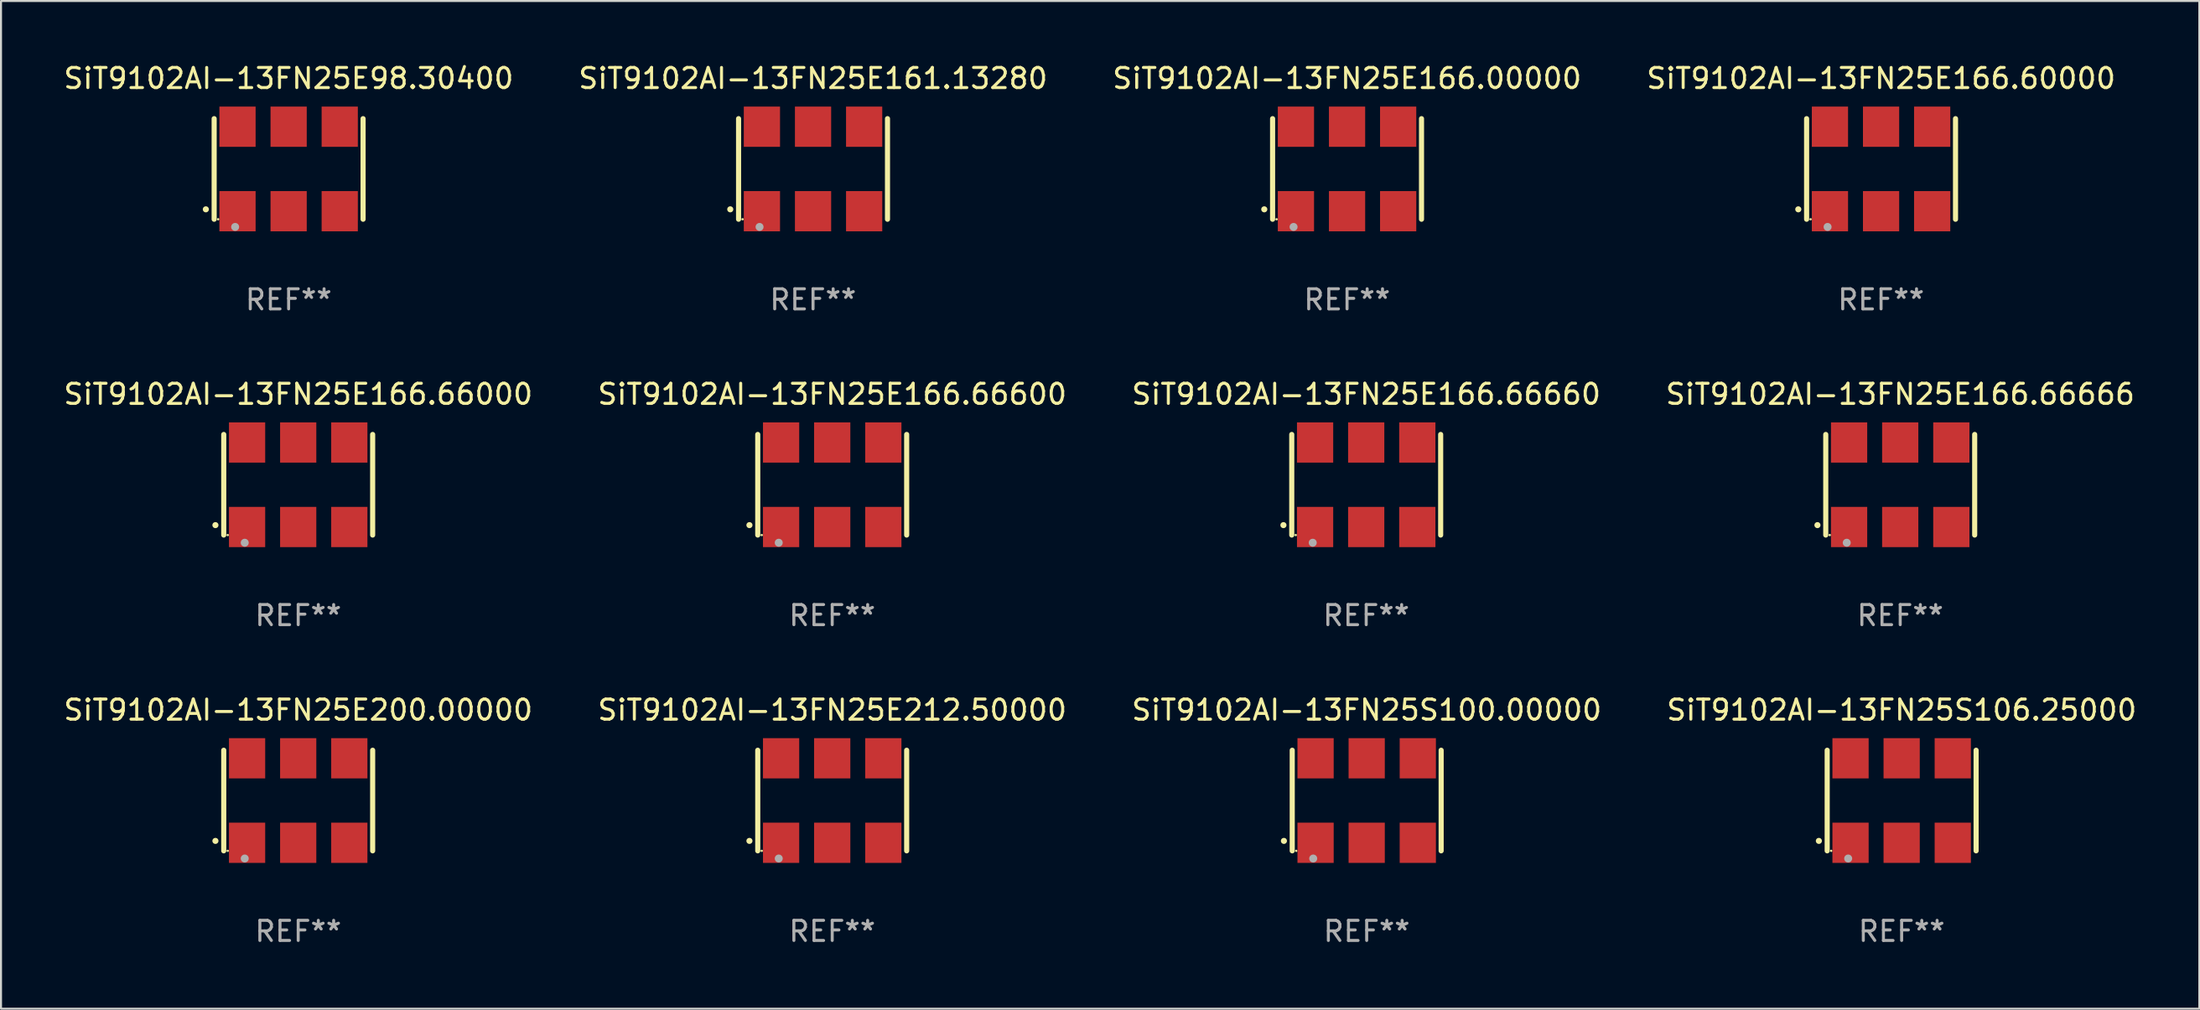
<source format=kicad_pcb>
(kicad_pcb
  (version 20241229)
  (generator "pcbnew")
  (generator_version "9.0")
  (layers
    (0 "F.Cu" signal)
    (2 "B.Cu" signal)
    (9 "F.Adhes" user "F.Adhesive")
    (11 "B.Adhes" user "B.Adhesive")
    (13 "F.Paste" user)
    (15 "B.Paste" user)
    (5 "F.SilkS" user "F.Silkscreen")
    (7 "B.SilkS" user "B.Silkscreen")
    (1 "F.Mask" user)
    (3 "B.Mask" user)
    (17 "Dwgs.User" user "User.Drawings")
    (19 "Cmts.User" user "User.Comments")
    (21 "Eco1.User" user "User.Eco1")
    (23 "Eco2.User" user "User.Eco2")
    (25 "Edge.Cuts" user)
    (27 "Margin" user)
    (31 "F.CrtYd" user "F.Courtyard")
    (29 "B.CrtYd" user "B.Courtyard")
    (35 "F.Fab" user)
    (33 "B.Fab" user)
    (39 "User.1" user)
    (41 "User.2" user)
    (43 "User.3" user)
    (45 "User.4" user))
  (footprint "SiT9102AI-13FN25E166.66000"
    (layer "F.Cu")
    (at 11.768 21.045)
    (property "Reference" "SiT9102AI-13FN25E166.66000" (at 0 -4.5 0) (layer "F.SilkS") (effects (font (size 1 1) (thickness 0.15))))
    (attr through_hole)
    (fp_line (start -3.7 -2.5) (end -3.7 2.5) (stroke (width 0.254) (type solid)) (layer "F.SilkS"))
    (fp_line (start 3.7 -2.5) (end 3.7 2.5) (stroke (width 0.254) (type solid)) (layer "F.SilkS"))
    (fp_arc (start -4.114415 2.006604) (mid -4.113145 2.006599) (end -4.111875 2.006604) (stroke (width 0.3) (type solid)) (layer "F.SilkS"))
    (fp_circle (center -3.502 2.5) (end -3.472 2.5) (stroke (width 0.06) (type solid)) (fill no) (layer "F.SilkS"))
    (fp_circle (center -2.657 2.882) (end -2.557 2.882) (stroke (width 0.2) (type solid)) (fill no) (layer "F.Fab"))
    (fp_text user "REF**" (at 0 6.5 0) (layer "F.Fab") (effects (font (size 1 1) (thickness 0.15))))
    (pad "1" smd rect (at -2.54 2.1) (size 1.8 2) (layers "F.Cu" "F.Mask" "F.Paste"))
    (pad "2" smd rect (at 0.000394 2.1) (size 1.8 2) (layers "F.Cu" "F.Mask" "F.Paste"))
    (pad "3" smd rect (at 2.54 2.1) (size 1.8 2) (layers "F.Cu" "F.Mask" "F.Paste"))
    (pad "4" smd rect (at 2.54 -2.1) (size 1.8 2) (layers "F.Cu" "F.Mask" "F.Paste"))
    (pad "5" smd rect (at 0.000394 -2.1) (size 1.8 2) (layers "F.Cu" "F.Mask" "F.Paste"))
    (pad "6" smd rect (at -2.54 -2.1) (size 1.8 2) (layers "F.Cu" "F.Mask" "F.Paste")))
  (footprint "SiT9102AI-13FN25S100.00000"
    (layer "F.Cu")
    (at 64.863 36.741)
    (property "Reference" "SiT9102AI-13FN25S100.00000" (at 0 -4.5 0) (layer "F.SilkS") (effects (font (size 1 1) (thickness 0.15))))
    (attr through_hole)
    (fp_line (start -3.7 -2.5) (end -3.7 2.5) (stroke (width 0.254) (type solid)) (layer "F.SilkS"))
    (fp_line (start 3.7 -2.5) (end 3.7 2.5) (stroke (width 0.254) (type solid)) (layer "F.SilkS"))
    (fp_arc (start -4.114415 2.006604) (mid -4.113145 2.006599) (end -4.111875 2.006604) (stroke (width 0.3) (type solid)) (layer "F.SilkS"))
    (fp_circle (center -3.502 2.5) (end -3.472 2.5) (stroke (width 0.06) (type solid)) (fill no) (layer "F.SilkS"))
    (fp_circle (center -2.657 2.882) (end -2.557 2.882) (stroke (width 0.2) (type solid)) (fill no) (layer "F.Fab"))
    (fp_text user "REF**" (at 0 6.5 0) (layer "F.Fab") (effects (font (size 1 1) (thickness 0.15))))
    (pad "1" smd rect (at -2.54 2.1) (size 1.8 2) (layers "F.Cu" "F.Mask" "F.Paste"))
    (pad "2" smd rect (at 0.000394 2.1) (size 1.8 2) (layers "F.Cu" "F.Mask" "F.Paste"))
    (pad "3" smd rect (at 2.54 2.1) (size 1.8 2) (layers "F.Cu" "F.Mask" "F.Paste"))
    (pad "4" smd rect (at 2.54 -2.1) (size 1.8 2) (layers "F.Cu" "F.Mask" "F.Paste"))
    (pad "5" smd rect (at 0.000394 -2.1) (size 1.8 2) (layers "F.Cu" "F.Mask" "F.Paste"))
    (pad "6" smd rect (at -2.54 -2.1) (size 1.8 2) (layers "F.Cu" "F.Mask" "F.Paste")))
  (footprint "SiT9102AI-13FN25S106.25000"
    (layer "F.Cu")
    (at 91.446 36.741)
    (property "Reference" "SiT9102AI-13FN25S106.25000" (at 0 -4.5 0) (layer "F.SilkS") (effects (font (size 1 1) (thickness 0.15))))
    (attr through_hole)
    (fp_line (start -3.7 -2.5) (end -3.7 2.5) (stroke (width 0.254) (type solid)) (layer "F.SilkS"))
    (fp_line (start 3.7 -2.5) (end 3.7 2.5) (stroke (width 0.254) (type solid)) (layer "F.SilkS"))
    (fp_arc (start -4.114415 2.006604) (mid -4.113145 2.006599) (end -4.111875 2.006604) (stroke (width 0.3) (type solid)) (layer "F.SilkS"))
    (fp_circle (center -3.502 2.5) (end -3.472 2.5) (stroke (width 0.06) (type solid)) (fill no) (layer "F.SilkS"))
    (fp_circle (center -2.657 2.882) (end -2.557 2.882) (stroke (width 0.2) (type solid)) (fill no) (layer "F.Fab"))
    (fp_text user "REF**" (at 0 6.5 0) (layer "F.Fab") (effects (font (size 1 1) (thickness 0.15))))
    (pad "1" smd rect (at -2.54 2.1) (size 1.8 2) (layers "F.Cu" "F.Mask" "F.Paste"))
    (pad "2" smd rect (at 0.000394 2.1) (size 1.8 2) (layers "F.Cu" "F.Mask" "F.Paste"))
    (pad "3" smd rect (at 2.54 2.1) (size 1.8 2) (layers "F.Cu" "F.Mask" "F.Paste"))
    (pad "4" smd rect (at 2.54 -2.1) (size 1.8 2) (layers "F.Cu" "F.Mask" "F.Paste"))
    (pad "5" smd rect (at 0.000394 -2.1) (size 1.8 2) (layers "F.Cu" "F.Mask" "F.Paste"))
    (pad "6" smd rect (at -2.54 -2.1) (size 1.8 2) (layers "F.Cu" "F.Mask" "F.Paste")))
  (footprint "SiT9102AI-13FN25E200.00000"
    (layer "F.Cu")
    (at 11.768 36.741)
    (property "Reference" "SiT9102AI-13FN25E200.00000" (at 0 -4.5 0) (layer "F.SilkS") (effects (font (size 1 1) (thickness 0.15))))
    (attr through_hole)
    (fp_line (start -3.7 -2.5) (end -3.7 2.5) (stroke (width 0.254) (type solid)) (layer "F.SilkS"))
    (fp_line (start 3.7 -2.5) (end 3.7 2.5) (stroke (width 0.254) (type solid)) (layer "F.SilkS"))
    (fp_arc (start -4.114415 2.006604) (mid -4.113145 2.006599) (end -4.111875 2.006604) (stroke (width 0.3) (type solid)) (layer "F.SilkS"))
    (fp_circle (center -3.502 2.5) (end -3.472 2.5) (stroke (width 0.06) (type solid)) (fill no) (layer "F.SilkS"))
    (fp_circle (center -2.657 2.882) (end -2.557 2.882) (stroke (width 0.2) (type solid)) (fill no) (layer "F.Fab"))
    (fp_text user "REF**" (at 0 6.5 0) (layer "F.Fab") (effects (font (size 1 1) (thickness 0.15))))
    (pad "1" smd rect (at -2.54 2.1) (size 1.8 2) (layers "F.Cu" "F.Mask" "F.Paste"))
    (pad "2" smd rect (at 0.000394 2.1) (size 1.8 2) (layers "F.Cu" "F.Mask" "F.Paste"))
    (pad "3" smd rect (at 2.54 2.1) (size 1.8 2) (layers "F.Cu" "F.Mask" "F.Paste"))
    (pad "4" smd rect (at 2.54 -2.1) (size 1.8 2) (layers "F.Cu" "F.Mask" "F.Paste"))
    (pad "5" smd rect (at 0.000394 -2.1) (size 1.8 2) (layers "F.Cu" "F.Mask" "F.Paste"))
    (pad "6" smd rect (at -2.54 -2.1) (size 1.8 2) (layers "F.Cu" "F.Mask" "F.Paste")))
  (footprint "SiT9102AI-13FN25E161.13280"
    (layer "F.Cu")
    (at 37.351 5.348)
    (property "Reference" "SiT9102AI-13FN25E161.13280" (at 0 -4.5 0) (layer "F.SilkS") (effects (font (size 1 1) (thickness 0.15))))
    (attr through_hole)
    (fp_line (start -3.7 -2.5) (end -3.7 2.5) (stroke (width 0.254) (type solid)) (layer "F.SilkS"))
    (fp_line (start 3.7 -2.5) (end 3.7 2.5) (stroke (width 0.254) (type solid)) (layer "F.SilkS"))
    (fp_arc (start -4.114415 2.006604) (mid -4.113145 2.006599) (end -4.111875 2.006604) (stroke (width 0.3) (type solid)) (layer "F.SilkS"))
    (fp_circle (center -3.502 2.5) (end -3.472 2.5) (stroke (width 0.06) (type solid)) (fill no) (layer "F.SilkS"))
    (fp_circle (center -2.657 2.882) (end -2.557 2.882) (stroke (width 0.2) (type solid)) (fill no) (layer "F.Fab"))
    (fp_text user "REF**" (at 0 6.5 0) (layer "F.Fab") (effects (font (size 1 1) (thickness 0.15))))
    (pad "1" smd rect (at -2.54 2.1) (size 1.8 2) (layers "F.Cu" "F.Mask" "F.Paste"))
    (pad "2" smd rect (at 0.000394 2.1) (size 1.8 2) (layers "F.Cu" "F.Mask" "F.Paste"))
    (pad "3" smd rect (at 2.54 2.1) (size 1.8 2) (layers "F.Cu" "F.Mask" "F.Paste"))
    (pad "4" smd rect (at 2.54 -2.1) (size 1.8 2) (layers "F.Cu" "F.Mask" "F.Paste"))
    (pad "5" smd rect (at 0.000394 -2.1) (size 1.8 2) (layers "F.Cu" "F.Mask" "F.Paste"))
    (pad "6" smd rect (at -2.54 -2.1) (size 1.8 2) (layers "F.Cu" "F.Mask" "F.Paste")))
  (footprint "SiT9102AI-13FN25E166.66600"
    (layer "F.Cu")
    (at 38.304 21.045)
    (property "Reference" "SiT9102AI-13FN25E166.66600" (at 0 -4.5 0) (layer "F.SilkS") (effects (font (size 1 1) (thickness 0.15))))
    (attr through_hole)
    (fp_line (start -3.7 -2.5) (end -3.7 2.5) (stroke (width 0.254) (type solid)) (layer "F.SilkS"))
    (fp_line (start 3.7 -2.5) (end 3.7 2.5) (stroke (width 0.254) (type solid)) (layer "F.SilkS"))
    (fp_arc (start -4.114415 2.006604) (mid -4.113145 2.006599) (end -4.111875 2.006604) (stroke (width 0.3) (type solid)) (layer "F.SilkS"))
    (fp_circle (center -3.502 2.5) (end -3.472 2.5) (stroke (width 0.06) (type solid)) (fill no) (layer "F.SilkS"))
    (fp_circle (center -2.657 2.882) (end -2.557 2.882) (stroke (width 0.2) (type solid)) (fill no) (layer "F.Fab"))
    (fp_text user "REF**" (at 0 6.5 0) (layer "F.Fab") (effects (font (size 1 1) (thickness 0.15))))
    (pad "1" smd rect (at -2.54 2.1) (size 1.8 2) (layers "F.Cu" "F.Mask" "F.Paste"))
    (pad "2" smd rect (at 0.000394 2.1) (size 1.8 2) (layers "F.Cu" "F.Mask" "F.Paste"))
    (pad "3" smd rect (at 2.54 2.1) (size 1.8 2) (layers "F.Cu" "F.Mask" "F.Paste"))
    (pad "4" smd rect (at 2.54 -2.1) (size 1.8 2) (layers "F.Cu" "F.Mask" "F.Paste"))
    (pad "5" smd rect (at 0.000394 -2.1) (size 1.8 2) (layers "F.Cu" "F.Mask" "F.Paste"))
    (pad "6" smd rect (at -2.54 -2.1) (size 1.8 2) (layers "F.Cu" "F.Mask" "F.Paste")))
  (footprint "SiT9102AI-13FN25E166.60000"
    (layer "F.Cu")
    (at 90.423 5.348)
    (property "Reference" "SiT9102AI-13FN25E166.60000" (at 0 -4.5 0) (layer "F.SilkS") (effects (font (size 1 1) (thickness 0.15))))
    (attr through_hole)
    (fp_line (start -3.7 -2.5) (end -3.7 2.5) (stroke (width 0.254) (type solid)) (layer "F.SilkS"))
    (fp_line (start 3.7 -2.5) (end 3.7 2.5) (stroke (width 0.254) (type solid)) (layer "F.SilkS"))
    (fp_arc (start -4.114415 2.006604) (mid -4.113145 2.006599) (end -4.111875 2.006604) (stroke (width 0.3) (type solid)) (layer "F.SilkS"))
    (fp_circle (center -3.502 2.5) (end -3.472 2.5) (stroke (width 0.06) (type solid)) (fill no) (layer "F.SilkS"))
    (fp_circle (center -2.657 2.882) (end -2.557 2.882) (stroke (width 0.2) (type solid)) (fill no) (layer "F.Fab"))
    (fp_text user "REF**" (at 0 6.5 0) (layer "F.Fab") (effects (font (size 1 1) (thickness 0.15))))
    (pad "1" smd rect (at -2.54 2.1) (size 1.8 2) (layers "F.Cu" "F.Mask" "F.Paste"))
    (pad "2" smd rect (at 0.000394 2.1) (size 1.8 2) (layers "F.Cu" "F.Mask" "F.Paste"))
    (pad "3" smd rect (at 2.54 2.1) (size 1.8 2) (layers "F.Cu" "F.Mask" "F.Paste"))
    (pad "4" smd rect (at 2.54 -2.1) (size 1.8 2) (layers "F.Cu" "F.Mask" "F.Paste"))
    (pad "5" smd rect (at 0.000394 -2.1) (size 1.8 2) (layers "F.Cu" "F.Mask" "F.Paste"))
    (pad "6" smd rect (at -2.54 -2.1) (size 1.8 2) (layers "F.Cu" "F.Mask" "F.Paste")))
  (footprint "SiT9102AI-13FN25E212.50000"
    (layer "F.Cu")
    (at 38.304 36.741)
    (property "Reference" "SiT9102AI-13FN25E212.50000" (at 0 -4.5 0) (layer "F.SilkS") (effects (font (size 1 1) (thickness 0.15))))
    (attr through_hole)
    (fp_line (start -3.7 -2.5) (end -3.7 2.5) (stroke (width 0.254) (type solid)) (layer "F.SilkS"))
    (fp_line (start 3.7 -2.5) (end 3.7 2.5) (stroke (width 0.254) (type solid)) (layer "F.SilkS"))
    (fp_arc (start -4.114415 2.006604) (mid -4.113145 2.006599) (end -4.111875 2.006604) (stroke (width 0.3) (type solid)) (layer "F.SilkS"))
    (fp_circle (center -3.502 2.5) (end -3.472 2.5) (stroke (width 0.06) (type solid)) (fill no) (layer "F.SilkS"))
    (fp_circle (center -2.657 2.882) (end -2.557 2.882) (stroke (width 0.2) (type solid)) (fill no) (layer "F.Fab"))
    (fp_text user "REF**" (at 0 6.5 0) (layer "F.Fab") (effects (font (size 1 1) (thickness 0.15))))
    (pad "1" smd rect (at -2.54 2.1) (size 1.8 2) (layers "F.Cu" "F.Mask" "F.Paste"))
    (pad "2" smd rect (at 0.000394 2.1) (size 1.8 2) (layers "F.Cu" "F.Mask" "F.Paste"))
    (pad "3" smd rect (at 2.54 2.1) (size 1.8 2) (layers "F.Cu" "F.Mask" "F.Paste"))
    (pad "4" smd rect (at 2.54 -2.1) (size 1.8 2) (layers "F.Cu" "F.Mask" "F.Paste"))
    (pad "5" smd rect (at 0.000394 -2.1) (size 1.8 2) (layers "F.Cu" "F.Mask" "F.Paste"))
    (pad "6" smd rect (at -2.54 -2.1) (size 1.8 2) (layers "F.Cu" "F.Mask" "F.Paste")))
  (footprint "SiT9102AI-13FN25E166.66660"
    (layer "F.Cu")
    (at 64.839 21.045)
    (property "Reference" "SiT9102AI-13FN25E166.66660" (at 0 -4.5 0) (layer "F.SilkS") (effects (font (size 1 1) (thickness 0.15))))
    (attr through_hole)
    (fp_line (start -3.7 -2.5) (end -3.7 2.5) (stroke (width 0.254) (type solid)) (layer "F.SilkS"))
    (fp_line (start 3.7 -2.5) (end 3.7 2.5) (stroke (width 0.254) (type solid)) (layer "F.SilkS"))
    (fp_arc (start -4.114415 2.006604) (mid -4.113145 2.006599) (end -4.111875 2.006604) (stroke (width 0.3) (type solid)) (layer "F.SilkS"))
    (fp_circle (center -3.502 2.5) (end -3.472 2.5) (stroke (width 0.06) (type solid)) (fill no) (layer "F.SilkS"))
    (fp_circle (center -2.657 2.882) (end -2.557 2.882) (stroke (width 0.2) (type solid)) (fill no) (layer "F.Fab"))
    (fp_text user "REF**" (at 0 6.5 0) (layer "F.Fab") (effects (font (size 1 1) (thickness 0.15))))
    (pad "1" smd rect (at -2.54 2.1) (size 1.8 2) (layers "F.Cu" "F.Mask" "F.Paste"))
    (pad "2" smd rect (at 0.000394 2.1) (size 1.8 2) (layers "F.Cu" "F.Mask" "F.Paste"))
    (pad "3" smd rect (at 2.54 2.1) (size 1.8 2) (layers "F.Cu" "F.Mask" "F.Paste"))
    (pad "4" smd rect (at 2.54 -2.1) (size 1.8 2) (layers "F.Cu" "F.Mask" "F.Paste"))
    (pad "5" smd rect (at 0.000394 -2.1) (size 1.8 2) (layers "F.Cu" "F.Mask" "F.Paste"))
    (pad "6" smd rect (at -2.54 -2.1) (size 1.8 2) (layers "F.Cu" "F.Mask" "F.Paste")))
  (footprint "SiT9102AI-13FN25E166.66666"
    (layer "F.Cu")
    (at 91.375 21.045)
    (property "Reference" "SiT9102AI-13FN25E166.66666" (at 0 -4.5 0) (layer "F.SilkS") (effects (font (size 1 1) (thickness 0.15))))
    (attr through_hole)
    (fp_line (start -3.7 -2.5) (end -3.7 2.5) (stroke (width 0.254) (type solid)) (layer "F.SilkS"))
    (fp_line (start 3.7 -2.5) (end 3.7 2.5) (stroke (width 0.254) (type solid)) (layer "F.SilkS"))
    (fp_arc (start -4.114415 2.006604) (mid -4.113145 2.006599) (end -4.111875 2.006604) (stroke (width 0.3) (type solid)) (layer "F.SilkS"))
    (fp_circle (center -3.502 2.5) (end -3.472 2.5) (stroke (width 0.06) (type solid)) (fill no) (layer "F.SilkS"))
    (fp_circle (center -2.657 2.882) (end -2.557 2.882) (stroke (width 0.2) (type solid)) (fill no) (layer "F.Fab"))
    (fp_text user "REF**" (at 0 6.5 0) (layer "F.Fab") (effects (font (size 1 1) (thickness 0.15))))
    (pad "1" smd rect (at -2.54 2.1) (size 1.8 2) (layers "F.Cu" "F.Mask" "F.Paste"))
    (pad "2" smd rect (at 0.000394 2.1) (size 1.8 2) (layers "F.Cu" "F.Mask" "F.Paste"))
    (pad "3" smd rect (at 2.54 2.1) (size 1.8 2) (layers "F.Cu" "F.Mask" "F.Paste"))
    (pad "4" smd rect (at 2.54 -2.1) (size 1.8 2) (layers "F.Cu" "F.Mask" "F.Paste"))
    (pad "5" smd rect (at 0.000394 -2.1) (size 1.8 2) (layers "F.Cu" "F.Mask" "F.Paste"))
    (pad "6" smd rect (at -2.54 -2.1) (size 1.8 2) (layers "F.Cu" "F.Mask" "F.Paste")))
  (footprint "SiT9102AI-13FN25E166.00000"
    (layer "F.Cu")
    (at 63.887 5.348)
    (property "Reference" "SiT9102AI-13FN25E166.00000" (at 0 -4.5 0) (layer "F.SilkS") (effects (font (size 1 1) (thickness 0.15))))
    (attr through_hole)
    (fp_line (start -3.7 -2.5) (end -3.7 2.5) (stroke (width 0.254) (type solid)) (layer "F.SilkS"))
    (fp_line (start 3.7 -2.5) (end 3.7 2.5) (stroke (width 0.254) (type solid)) (layer "F.SilkS"))
    (fp_arc (start -4.114415 2.006604) (mid -4.113145 2.006599) (end -4.111875 2.006604) (stroke (width 0.3) (type solid)) (layer "F.SilkS"))
    (fp_circle (center -3.502 2.5) (end -3.472 2.5) (stroke (width 0.06) (type solid)) (fill no) (layer "F.SilkS"))
    (fp_circle (center -2.657 2.882) (end -2.557 2.882) (stroke (width 0.2) (type solid)) (fill no) (layer "F.Fab"))
    (fp_text user "REF**" (at 0 6.5 0) (layer "F.Fab") (effects (font (size 1 1) (thickness 0.15))))
    (pad "1" smd rect (at -2.54 2.1) (size 1.8 2) (layers "F.Cu" "F.Mask" "F.Paste"))
    (pad "2" smd rect (at 0.000394 2.1) (size 1.8 2) (layers "F.Cu" "F.Mask" "F.Paste"))
    (pad "3" smd rect (at 2.54 2.1) (size 1.8 2) (layers "F.Cu" "F.Mask" "F.Paste"))
    (pad "4" smd rect (at 2.54 -2.1) (size 1.8 2) (layers "F.Cu" "F.Mask" "F.Paste"))
    (pad "5" smd rect (at 0.000394 -2.1) (size 1.8 2) (layers "F.Cu" "F.Mask" "F.Paste"))
    (pad "6" smd rect (at -2.54 -2.1) (size 1.8 2) (layers "F.Cu" "F.Mask" "F.Paste")))
  (footprint "SiT9102AI-13FN25E98.30400"
    (layer "F.Cu")
    (at 11.292 5.348)
    (property "Reference" "SiT9102AI-13FN25E98.30400" (at 0 -4.5 0) (layer "F.SilkS") (effects (font (size 1 1) (thickness 0.15))))
    (attr through_hole)
    (fp_line (start -3.7 -2.5) (end -3.7 2.5) (stroke (width 0.254) (type solid)) (layer "F.SilkS"))
    (fp_line (start 3.7 -2.5) (end 3.7 2.5) (stroke (width 0.254) (type solid)) (layer "F.SilkS"))
    (fp_arc (start -4.114415 2.006604) (mid -4.113145 2.006599) (end -4.111875 2.006604) (stroke (width 0.3) (type solid)) (layer "F.SilkS"))
    (fp_circle (center -3.502 2.5) (end -3.472 2.5) (stroke (width 0.06) (type solid)) (fill no) (layer "F.SilkS"))
    (fp_circle (center -2.657 2.882) (end -2.557 2.882) (stroke (width 0.2) (type solid)) (fill no) (layer "F.Fab"))
    (fp_text user "REF**" (at 0 6.5 0) (layer "F.Fab") (effects (font (size 1 1) (thickness 0.15))))
    (pad "1" smd rect (at -2.54 2.1) (size 1.8 2) (layers "F.Cu" "F.Mask" "F.Paste"))
    (pad "2" smd rect (at 0.000394 2.1) (size 1.8 2) (layers "F.Cu" "F.Mask" "F.Paste"))
    (pad "3" smd rect (at 2.54 2.1) (size 1.8 2) (layers "F.Cu" "F.Mask" "F.Paste"))
    (pad "4" smd rect (at 2.54 -2.1) (size 1.8 2) (layers "F.Cu" "F.Mask" "F.Paste"))
    (pad "5" smd rect (at 0.000394 -2.1) (size 1.8 2) (layers "F.Cu" "F.Mask" "F.Paste"))
    (pad "6" smd rect (at -2.54 -2.1) (size 1.8 2) (layers "F.Cu" "F.Mask" "F.Paste")))
  (gr_rect
    (start -3 -3)
    (end 106.238 47.09)
    (stroke (width 0.1) (type default))
    (fill no)
    (layer "Edge.Cuts")))
</source>
